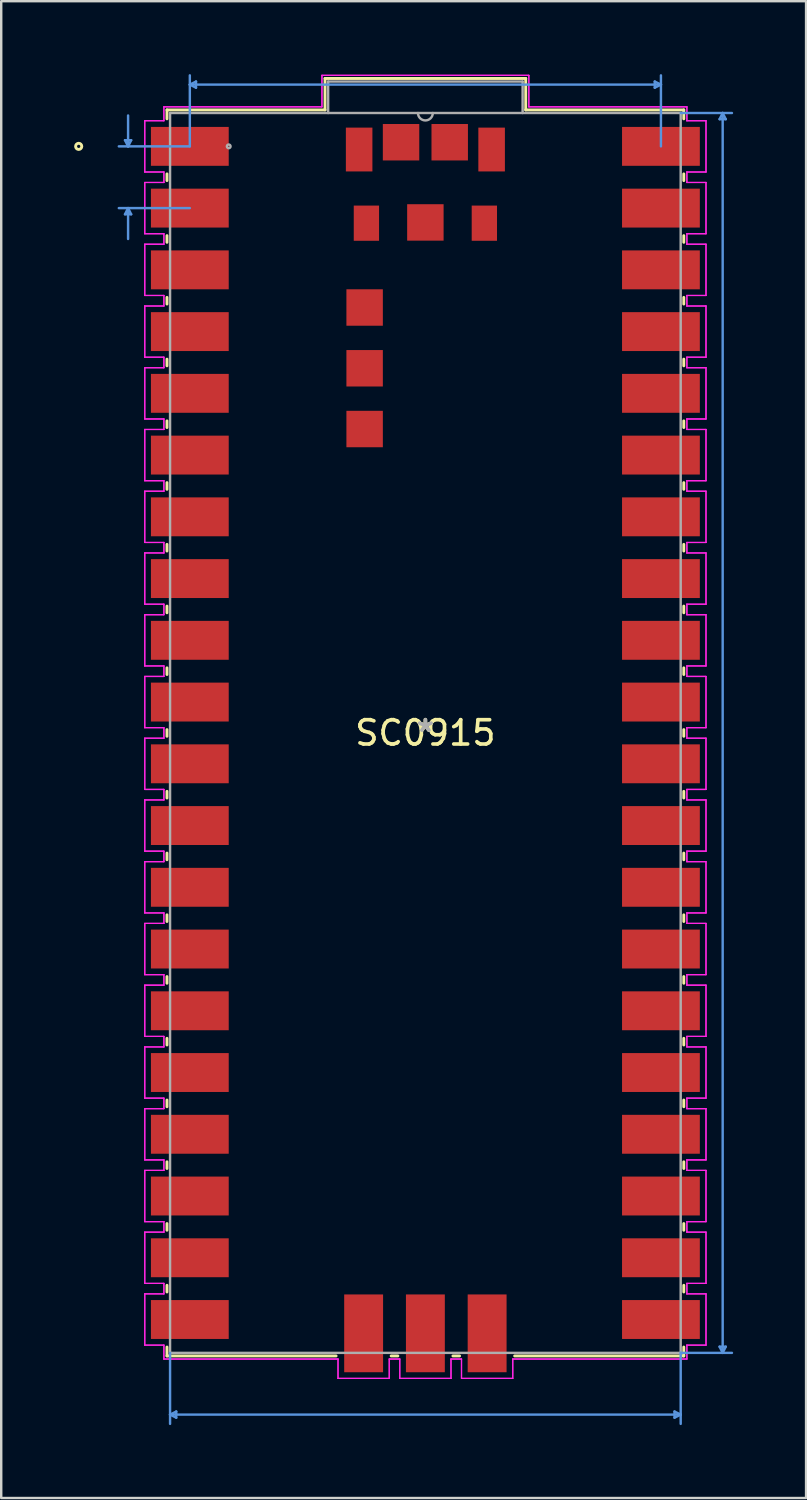
<source format=kicad_pcb>
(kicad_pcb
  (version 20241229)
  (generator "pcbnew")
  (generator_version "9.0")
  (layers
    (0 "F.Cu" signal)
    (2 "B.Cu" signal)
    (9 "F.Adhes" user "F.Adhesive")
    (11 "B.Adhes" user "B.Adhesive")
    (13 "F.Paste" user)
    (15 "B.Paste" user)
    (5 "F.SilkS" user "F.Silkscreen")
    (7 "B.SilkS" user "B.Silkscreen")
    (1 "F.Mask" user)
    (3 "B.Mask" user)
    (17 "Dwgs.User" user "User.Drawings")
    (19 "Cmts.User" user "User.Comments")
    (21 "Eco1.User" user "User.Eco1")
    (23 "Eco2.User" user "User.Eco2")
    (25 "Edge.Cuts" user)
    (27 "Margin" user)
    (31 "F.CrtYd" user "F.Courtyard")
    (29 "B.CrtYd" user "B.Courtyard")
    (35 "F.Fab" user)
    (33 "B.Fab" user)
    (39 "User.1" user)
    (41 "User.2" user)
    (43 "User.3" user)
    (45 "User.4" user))
  (footprint "SC0915"
    (layer "F.Cu")
    (at 14.449 27.101)
    (property "Reference" "SC0915" (at 0 0 0) (layer "F.SilkS") (effects (font (size 1 1) (thickness 0.15))))
    (attr through_hole)
    (fp_line (start -10.63 -25.629) (end -4.128 -25.629) (stroke (width 0.12) (type solid)) (layer "F.SilkS"))
    (fp_line (start -10.63 -25.263) (end -10.63 -25.629) (stroke (width 0.12) (type solid)) (layer "F.SilkS"))
    (fp_line (start -10.63 -22.723) (end -10.63 -22.997) (stroke (width 0.12) (type solid)) (layer "F.SilkS"))
    (fp_line (start -10.63 -20.183) (end -10.63 -20.457) (stroke (width 0.12) (type solid)) (layer "F.SilkS"))
    (fp_line (start -10.63 -17.643) (end -10.63 -17.917) (stroke (width 0.12) (type solid)) (layer "F.SilkS"))
    (fp_line (start -10.63 -15.103) (end -10.63 -15.377) (stroke (width 0.12) (type solid)) (layer "F.SilkS"))
    (fp_line (start -10.63 -12.563) (end -10.63 -12.837) (stroke (width 0.12) (type solid)) (layer "F.SilkS"))
    (fp_line (start -10.63 -10.023) (end -10.63 -10.297) (stroke (width 0.12) (type solid)) (layer "F.SilkS"))
    (fp_line (start -10.63 -7.483) (end -10.63 -7.757) (stroke (width 0.12) (type solid)) (layer "F.SilkS"))
    (fp_line (start -10.63 -4.943) (end -10.63 -5.217) (stroke (width 0.12) (type solid)) (layer "F.SilkS"))
    (fp_line (start -10.63 -2.403) (end -10.63 -2.677) (stroke (width 0.12) (type solid)) (layer "F.SilkS"))
    (fp_line (start -10.63 0.137) (end -10.63 -0.137) (stroke (width 0.12) (type solid)) (layer "F.SilkS"))
    (fp_line (start -10.63 2.677) (end -10.63 2.403) (stroke (width 0.12) (type solid)) (layer "F.SilkS"))
    (fp_line (start -10.63 5.217) (end -10.63 4.943) (stroke (width 0.12) (type solid)) (layer "F.SilkS"))
    (fp_line (start -10.63 7.757) (end -10.63 7.483) (stroke (width 0.12) (type solid)) (layer "F.SilkS"))
    (fp_line (start -10.63 10.297) (end -10.63 10.023) (stroke (width 0.12) (type solid)) (layer "F.SilkS"))
    (fp_line (start -10.63 12.837) (end -10.63 12.563) (stroke (width 0.12) (type solid)) (layer "F.SilkS"))
    (fp_line (start -10.63 15.377) (end -10.63 15.103) (stroke (width 0.12) (type solid)) (layer "F.SilkS"))
    (fp_line (start -10.63 17.917) (end -10.63 17.643) (stroke (width 0.12) (type solid)) (layer "F.SilkS"))
    (fp_line (start -10.63 20.457) (end -10.63 20.183) (stroke (width 0.12) (type solid)) (layer "F.SilkS"))
    (fp_line (start -10.63 22.997) (end -10.63 22.723) (stroke (width 0.12) (type solid)) (layer "F.SilkS"))
    (fp_line (start -10.63 25.629) (end -10.63 25.263) (stroke (width 0.12) (type solid)) (layer "F.SilkS"))
    (fp_line (start -4.128 -26.924) (end 4.128 -26.924) (stroke (width 0.12) (type solid)) (layer "F.SilkS"))
    (fp_line (start -4.128 -25.629) (end -4.128 -26.924) (stroke (width 0.12) (type solid)) (layer "F.SilkS"))
    (fp_line (start -3.673 25.629) (end -10.63 25.629) (stroke (width 0.12) (type solid)) (layer "F.SilkS"))
    (fp_line (start -1.133 25.629) (end -1.407 25.629) (stroke (width 0.12) (type solid)) (layer "F.SilkS"))
    (fp_line (start 1.407 25.629) (end 1.133 25.629) (stroke (width 0.12) (type solid)) (layer "F.SilkS"))
    (fp_line (start 4.128 -26.924) (end 4.128 -25.629) (stroke (width 0.12) (type solid)) (layer "F.SilkS"))
    (fp_line (start 4.128 -25.629) (end 10.63 -25.629) (stroke (width 0.12) (type solid)) (layer "F.SilkS"))
    (fp_line (start 10.63 -25.629) (end 10.63 -25.263) (stroke (width 0.12) (type solid)) (layer "F.SilkS"))
    (fp_line (start 10.63 -22.997) (end 10.63 -22.723) (stroke (width 0.12) (type solid)) (layer "F.SilkS"))
    (fp_line (start 10.63 -20.457) (end 10.63 -20.183) (stroke (width 0.12) (type solid)) (layer "F.SilkS"))
    (fp_line (start 10.63 -17.917) (end 10.63 -17.643) (stroke (width 0.12) (type solid)) (layer "F.SilkS"))
    (fp_line (start 10.63 -15.377) (end 10.63 -15.103) (stroke (width 0.12) (type solid)) (layer "F.SilkS"))
    (fp_line (start 10.63 -12.837) (end 10.63 -12.563) (stroke (width 0.12) (type solid)) (layer "F.SilkS"))
    (fp_line (start 10.63 -10.297) (end 10.63 -10.023) (stroke (width 0.12) (type solid)) (layer "F.SilkS"))
    (fp_line (start 10.63 -7.757) (end 10.63 -7.483) (stroke (width 0.12) (type solid)) (layer "F.SilkS"))
    (fp_line (start 10.63 -5.217) (end 10.63 -4.943) (stroke (width 0.12) (type solid)) (layer "F.SilkS"))
    (fp_line (start 10.63 -2.677) (end 10.63 -2.403) (stroke (width 0.12) (type solid)) (layer "F.SilkS"))
    (fp_line (start 10.63 -0.137) (end 10.63 0.137) (stroke (width 0.12) (type solid)) (layer "F.SilkS"))
    (fp_line (start 10.63 2.403) (end 10.63 2.677) (stroke (width 0.12) (type solid)) (layer "F.SilkS"))
    (fp_line (start 10.63 4.943) (end 10.63 5.217) (stroke (width 0.12) (type solid)) (layer "F.SilkS"))
    (fp_line (start 10.63 7.483) (end 10.63 7.757) (stroke (width 0.12) (type solid)) (layer "F.SilkS"))
    (fp_line (start 10.63 10.023) (end 10.63 10.297) (stroke (width 0.12) (type solid)) (layer "F.SilkS"))
    (fp_line (start 10.63 12.563) (end 10.63 12.837) (stroke (width 0.12) (type solid)) (layer "F.SilkS"))
    (fp_line (start 10.63 15.103) (end 10.63 15.377) (stroke (width 0.12) (type solid)) (layer "F.SilkS"))
    (fp_line (start 10.63 17.643) (end 10.63 17.917) (stroke (width 0.12) (type solid)) (layer "F.SilkS"))
    (fp_line (start 10.63 20.183) (end 10.63 20.457) (stroke (width 0.12) (type solid)) (layer "F.SilkS"))
    (fp_line (start 10.63 22.723) (end 10.63 22.997) (stroke (width 0.12) (type solid)) (layer "F.SilkS"))
    (fp_line (start 10.63 25.263) (end 10.63 25.629) (stroke (width 0.12) (type solid)) (layer "F.SilkS"))
    (fp_line (start 10.63 25.629) (end 3.673 25.629) (stroke (width 0.12) (type solid)) (layer "F.SilkS"))
    (fp_circle (center -14.262 -24.13) (end -14.135 -24.13) (stroke (width 0.12) (type solid)) (fill no) (layer "F.SilkS"))
    (fp_line (start -12.357 -24.384) (end -12.103 -24.384) (stroke (width 0.1) (type solid)) (layer "Cmts.User"))
    (fp_line (start -12.357 -21.336) (end -12.103 -21.336) (stroke (width 0.1) (type solid)) (layer "Cmts.User"))
    (fp_line (start -12.23 -24.13) (end -12.357 -24.384) (stroke (width 0.1) (type solid)) (layer "Cmts.User"))
    (fp_line (start -12.23 -24.13) (end -12.23 -25.4) (stroke (width 0.1) (type solid)) (layer "Cmts.User"))
    (fp_line (start -12.23 -24.13) (end -12.103 -24.384) (stroke (width 0.1) (type solid)) (layer "Cmts.User"))
    (fp_line (start -12.23 -21.59) (end -12.357 -21.336) (stroke (width 0.1) (type solid)) (layer "Cmts.User"))
    (fp_line (start -12.23 -21.59) (end -12.23 -20.32) (stroke (width 0.1) (type solid)) (layer "Cmts.User"))
    (fp_line (start -12.23 -21.59) (end -12.103 -21.336) (stroke (width 0.1) (type solid)) (layer "Cmts.User"))
    (fp_line (start -10.503 25.502) (end -10.503 28.423) (stroke (width 0.1) (type solid)) (layer "Cmts.User"))
    (fp_line (start -10.503 28.042) (end -10.249 27.915) (stroke (width 0.1) (type solid)) (layer "Cmts.User"))
    (fp_line (start -10.503 28.042) (end -10.249 28.169) (stroke (width 0.1) (type solid)) (layer "Cmts.User"))
    (fp_line (start -10.503 28.042) (end 10.503 28.042) (stroke (width 0.1) (type solid)) (layer "Cmts.User"))
    (fp_line (start -10.249 27.915) (end -10.249 28.169) (stroke (width 0.1) (type solid)) (layer "Cmts.User"))
    (fp_line (start -9.69 -26.67) (end -9.436 -26.797) (stroke (width 0.1) (type solid)) (layer "Cmts.User"))
    (fp_line (start -9.69 -26.67) (end -9.436 -26.543) (stroke (width 0.1) (type solid)) (layer "Cmts.User"))
    (fp_line (start -9.69 -26.67) (end 9.69 -26.67) (stroke (width 0.1) (type solid)) (layer "Cmts.User"))
    (fp_line (start -9.69 -24.13) (end -12.611 -24.13) (stroke (width 0.1) (type solid)) (layer "Cmts.User"))
    (fp_line (start -9.69 -24.13) (end -9.69 -27.051) (stroke (width 0.1) (type solid)) (layer "Cmts.User"))
    (fp_line (start -9.69 -21.59) (end -12.611 -21.59) (stroke (width 0.1) (type solid)) (layer "Cmts.User"))
    (fp_line (start -9.436 -26.797) (end -9.436 -26.543) (stroke (width 0.1) (type solid)) (layer "Cmts.User"))
    (fp_line (start 9.436 -26.797) (end 9.436 -26.543) (stroke (width 0.1) (type solid)) (layer "Cmts.User"))
    (fp_line (start 9.69 -26.67) (end 9.436 -26.797) (stroke (width 0.1) (type solid)) (layer "Cmts.User"))
    (fp_line (start 9.69 -26.67) (end 9.436 -26.543) (stroke (width 0.1) (type solid)) (layer "Cmts.User"))
    (fp_line (start 9.69 -24.13) (end 9.69 -27.051) (stroke (width 0.1) (type solid)) (layer "Cmts.User"))
    (fp_line (start 10.249 27.915) (end 10.249 28.169) (stroke (width 0.1) (type solid)) (layer "Cmts.User"))
    (fp_line (start 10.503 -25.502) (end 12.611 -25.502) (stroke (width 0.1) (type solid)) (layer "Cmts.User"))
    (fp_line (start 10.503 25.502) (end 10.503 28.423) (stroke (width 0.1) (type solid)) (layer "Cmts.User"))
    (fp_line (start 10.503 25.502) (end 12.611 25.502) (stroke (width 0.1) (type solid)) (layer "Cmts.User"))
    (fp_line (start 10.503 28.042) (end 10.249 27.915) (stroke (width 0.1) (type solid)) (layer "Cmts.User"))
    (fp_line (start 10.503 28.042) (end 10.249 28.169) (stroke (width 0.1) (type solid)) (layer "Cmts.User"))
    (fp_line (start 12.103 -25.248) (end 12.357 -25.248) (stroke (width 0.1) (type solid)) (layer "Cmts.User"))
    (fp_line (start 12.103 25.248) (end 12.357 25.248) (stroke (width 0.1) (type solid)) (layer "Cmts.User"))
    (fp_line (start 12.23 -25.502) (end 12.103 -25.248) (stroke (width 0.1) (type solid)) (layer "Cmts.User"))
    (fp_line (start 12.23 -25.502) (end 12.23 25.502) (stroke (width 0.1) (type solid)) (layer "Cmts.User"))
    (fp_line (start 12.23 -25.502) (end 12.357 -25.248) (stroke (width 0.1) (type solid)) (layer "Cmts.User"))
    (fp_line (start 12.23 25.502) (end 12.103 25.248) (stroke (width 0.1) (type solid)) (layer "Cmts.User"))
    (fp_line (start 12.23 25.502) (end 12.357 25.248) (stroke (width 0.1) (type solid)) (layer "Cmts.User"))
    (fp_line (start -11.544 -25.184) (end -11.544 -23.076) (stroke (width 0.05) (type solid)) (layer "F.CrtYd"))
    (fp_line (start -11.544 -25.184) (end -11.544 -23.076) (stroke (width 0.05) (type solid)) (layer "F.CrtYd"))
    (fp_line (start -11.544 -23.076) (end -10.757 -23.076) (stroke (width 0.05) (type solid)) (layer "F.CrtYd"))
    (fp_line (start -11.544 -23.076) (end -10.757 -23.076) (stroke (width 0.05) (type solid)) (layer "F.CrtYd"))
    (fp_line (start -11.544 -22.644) (end -11.544 -20.536) (stroke (width 0.05) (type solid)) (layer "F.CrtYd"))
    (fp_line (start -11.544 -22.644) (end -11.544 -20.536) (stroke (width 0.05) (type solid)) (layer "F.CrtYd"))
    (fp_line (start -11.544 -20.536) (end -10.757 -20.536) (stroke (width 0.05) (type solid)) (layer "F.CrtYd"))
    (fp_line (start -11.544 -20.536) (end -10.757 -20.536) (stroke (width 0.05) (type solid)) (layer "F.CrtYd"))
    (fp_line (start -11.544 -20.104) (end -11.544 -17.996) (stroke (width 0.05) (type solid)) (layer "F.CrtYd"))
    (fp_line (start -11.544 -20.104) (end -11.544 -17.996) (stroke (width 0.05) (type solid)) (layer "F.CrtYd"))
    (fp_line (start -11.544 -17.996) (end -10.757 -17.996) (stroke (width 0.05) (type solid)) (layer "F.CrtYd"))
    (fp_line (start -11.544 -17.996) (end -10.757 -17.996) (stroke (width 0.05) (type solid)) (layer "F.CrtYd"))
    (fp_line (start -11.544 -17.564) (end -11.544 -15.456) (stroke (width 0.05) (type solid)) (layer "F.CrtYd"))
    (fp_line (start -11.544 -17.564) (end -11.544 -15.456) (stroke (width 0.05) (type solid)) (layer "F.CrtYd"))
    (fp_line (start -11.544 -15.456) (end -10.757 -15.456) (stroke (width 0.05) (type solid)) (layer "F.CrtYd"))
    (fp_line (start -11.544 -15.456) (end -10.757 -15.456) (stroke (width 0.05) (type solid)) (layer "F.CrtYd"))
    (fp_line (start -11.544 -15.024) (end -11.544 -12.916) (stroke (width 0.05) (type solid)) (layer "F.CrtYd"))
    (fp_line (start -11.544 -15.024) (end -11.544 -12.916) (stroke (width 0.05) (type solid)) (layer "F.CrtYd"))
    (fp_line (start -11.544 -12.916) (end -10.757 -12.916) (stroke (width 0.05) (type solid)) (layer "F.CrtYd"))
    (fp_line (start -11.544 -12.916) (end -10.757 -12.916) (stroke (width 0.05) (type solid)) (layer "F.CrtYd"))
    (fp_line (start -11.544 -12.484) (end -11.544 -10.376) (stroke (width 0.05) (type solid)) (layer "F.CrtYd"))
    (fp_line (start -11.544 -12.484) (end -11.544 -10.376) (stroke (width 0.05) (type solid)) (layer "F.CrtYd"))
    (fp_line (start -11.544 -10.376) (end -10.757 -10.376) (stroke (width 0.05) (type solid)) (layer "F.CrtYd"))
    (fp_line (start -11.544 -10.376) (end -10.757 -10.376) (stroke (width 0.05) (type solid)) (layer "F.CrtYd"))
    (fp_line (start -11.544 -9.944) (end -11.544 -7.836) (stroke (width 0.05) (type solid)) (layer "F.CrtYd"))
    (fp_line (start -11.544 -9.944) (end -11.544 -7.836) (stroke (width 0.05) (type solid)) (layer "F.CrtYd"))
    (fp_line (start -11.544 -7.836) (end -10.757 -7.836) (stroke (width 0.05) (type solid)) (layer "F.CrtYd"))
    (fp_line (start -11.544 -7.836) (end -10.757 -7.836) (stroke (width 0.05) (type solid)) (layer "F.CrtYd"))
    (fp_line (start -11.544 -7.404) (end -11.544 -5.296) (stroke (width 0.05) (type solid)) (layer "F.CrtYd"))
    (fp_line (start -11.544 -7.404) (end -11.544 -5.296) (stroke (width 0.05) (type solid)) (layer "F.CrtYd"))
    (fp_line (start -11.544 -5.296) (end -10.757 -5.296) (stroke (width 0.05) (type solid)) (layer "F.CrtYd"))
    (fp_line (start -11.544 -5.296) (end -10.757 -5.296) (stroke (width 0.05) (type solid)) (layer "F.CrtYd"))
    (fp_line (start -11.544 -4.864) (end -11.544 -2.756) (stroke (width 0.05) (type solid)) (layer "F.CrtYd"))
    (fp_line (start -11.544 -4.864) (end -11.544 -2.756) (stroke (width 0.05) (type solid)) (layer "F.CrtYd"))
    (fp_line (start -11.544 -2.756) (end -10.757 -2.756) (stroke (width 0.05) (type solid)) (layer "F.CrtYd"))
    (fp_line (start -11.544 -2.756) (end -10.757 -2.756) (stroke (width 0.05) (type solid)) (layer "F.CrtYd"))
    (fp_line (start -11.544 -2.324) (end -11.544 -0.216) (stroke (width 0.05) (type solid)) (layer "F.CrtYd"))
    (fp_line (start -11.544 -2.324) (end -11.544 -0.216) (stroke (width 0.05) (type solid)) (layer "F.CrtYd"))
    (fp_line (start -11.544 -0.216) (end -10.757 -0.216) (stroke (width 0.05) (type solid)) (layer "F.CrtYd"))
    (fp_line (start -11.544 -0.216) (end -10.757 -0.216) (stroke (width 0.05) (type solid)) (layer "F.CrtYd"))
    (fp_line (start -11.544 0.216) (end -11.544 2.324) (stroke (width 0.05) (type solid)) (layer "F.CrtYd"))
    (fp_line (start -11.544 0.216) (end -11.544 2.324) (stroke (width 0.05) (type solid)) (layer "F.CrtYd"))
    (fp_line (start -11.544 2.324) (end -10.757 2.324) (stroke (width 0.05) (type solid)) (layer "F.CrtYd"))
    (fp_line (start -11.544 2.324) (end -10.757 2.324) (stroke (width 0.05) (type solid)) (layer "F.CrtYd"))
    (fp_line (start -11.544 2.756) (end -11.544 4.864) (stroke (width 0.05) (type solid)) (layer "F.CrtYd"))
    (fp_line (start -11.544 2.756) (end -11.544 4.864) (stroke (width 0.05) (type solid)) (layer "F.CrtYd"))
    (fp_line (start -11.544 4.864) (end -10.757 4.864) (stroke (width 0.05) (type solid)) (layer "F.CrtYd"))
    (fp_line (start -11.544 4.864) (end -10.757 4.864) (stroke (width 0.05) (type solid)) (layer "F.CrtYd"))
    (fp_line (start -11.544 5.296) (end -11.544 7.404) (stroke (width 0.05) (type solid)) (layer "F.CrtYd"))
    (fp_line (start -11.544 5.296) (end -11.544 7.404) (stroke (width 0.05) (type solid)) (layer "F.CrtYd"))
    (fp_line (start -11.544 7.404) (end -10.757 7.404) (stroke (width 0.05) (type solid)) (layer "F.CrtYd"))
    (fp_line (start -11.544 7.404) (end -10.757 7.404) (stroke (width 0.05) (type solid)) (layer "F.CrtYd"))
    (fp_line (start -11.544 7.836) (end -11.544 9.944) (stroke (width 0.05) (type solid)) (layer "F.CrtYd"))
    (fp_line (start -11.544 7.836) (end -11.544 9.944) (stroke (width 0.05) (type solid)) (layer "F.CrtYd"))
    (fp_line (start -11.544 9.944) (end -10.757 9.944) (stroke (width 0.05) (type solid)) (layer "F.CrtYd"))
    (fp_line (start -11.544 9.944) (end -10.757 9.944) (stroke (width 0.05) (type solid)) (layer "F.CrtYd"))
    (fp_line (start -11.544 10.376) (end -11.544 12.484) (stroke (width 0.05) (type solid)) (layer "F.CrtYd"))
    (fp_line (start -11.544 10.376) (end -11.544 12.484) (stroke (width 0.05) (type solid)) (layer "F.CrtYd"))
    (fp_line (start -11.544 12.484) (end -10.757 12.484) (stroke (width 0.05) (type solid)) (layer "F.CrtYd"))
    (fp_line (start -11.544 12.484) (end -10.757 12.484) (stroke (width 0.05) (type solid)) (layer "F.CrtYd"))
    (fp_line (start -11.544 12.916) (end -11.544 15.024) (stroke (width 0.05) (type solid)) (layer "F.CrtYd"))
    (fp_line (start -11.544 12.916) (end -11.544 15.024) (stroke (width 0.05) (type solid)) (layer "F.CrtYd"))
    (fp_line (start -11.544 15.024) (end -10.757 15.024) (stroke (width 0.05) (type solid)) (layer "F.CrtYd"))
    (fp_line (start -11.544 15.024) (end -10.757 15.024) (stroke (width 0.05) (type solid)) (layer "F.CrtYd"))
    (fp_line (start -11.544 15.456) (end -11.544 17.564) (stroke (width 0.05) (type solid)) (layer "F.CrtYd"))
    (fp_line (start -11.544 15.456) (end -11.544 17.564) (stroke (width 0.05) (type solid)) (layer "F.CrtYd"))
    (fp_line (start -11.544 17.564) (end -10.757 17.564) (stroke (width 0.05) (type solid)) (layer "F.CrtYd"))
    (fp_line (start -11.544 17.564) (end -10.757 17.564) (stroke (width 0.05) (type solid)) (layer "F.CrtYd"))
    (fp_line (start -11.544 17.996) (end -11.544 20.104) (stroke (width 0.05) (type solid)) (layer "F.CrtYd"))
    (fp_line (start -11.544 17.996) (end -11.544 20.104) (stroke (width 0.05) (type solid)) (layer "F.CrtYd"))
    (fp_line (start -11.544 20.104) (end -10.757 20.104) (stroke (width 0.05) (type solid)) (layer "F.CrtYd"))
    (fp_line (start -11.544 20.104) (end -10.757 20.104) (stroke (width 0.05) (type solid)) (layer "F.CrtYd"))
    (fp_line (start -11.544 20.536) (end -11.544 22.644) (stroke (width 0.05) (type solid)) (layer "F.CrtYd"))
    (fp_line (start -11.544 20.536) (end -11.544 22.644) (stroke (width 0.05) (type solid)) (layer "F.CrtYd"))
    (fp_line (start -11.544 22.644) (end -10.757 22.644) (stroke (width 0.05) (type solid)) (layer "F.CrtYd"))
    (fp_line (start -11.544 22.644) (end -10.757 22.644) (stroke (width 0.05) (type solid)) (layer "F.CrtYd"))
    (fp_line (start -11.544 23.076) (end -11.544 25.184) (stroke (width 0.05) (type solid)) (layer "F.CrtYd"))
    (fp_line (start -11.544 23.076) (end -11.544 25.184) (stroke (width 0.05) (type solid)) (layer "F.CrtYd"))
    (fp_line (start -11.544 25.184) (end -10.757 25.184) (stroke (width 0.05) (type solid)) (layer "F.CrtYd"))
    (fp_line (start -11.544 25.184) (end -10.757 25.184) (stroke (width 0.05) (type solid)) (layer "F.CrtYd"))
    (fp_line (start -10.757 -25.756) (end -10.757 -25.184) (stroke (width 0.05) (type solid)) (layer "F.CrtYd"))
    (fp_line (start -10.757 -25.756) (end -10.757 -25.184) (stroke (width 0.05) (type solid)) (layer "F.CrtYd"))
    (fp_line (start -10.757 -25.184) (end -11.544 -25.184) (stroke (width 0.05) (type solid)) (layer "F.CrtYd"))
    (fp_line (start -10.757 -25.184) (end -11.544 -25.184) (stroke (width 0.05) (type solid)) (layer "F.CrtYd"))
    (fp_line (start -10.757 -23.076) (end -10.757 -22.644) (stroke (width 0.05) (type solid)) (layer "F.CrtYd"))
    (fp_line (start -10.757 -23.076) (end -10.757 -22.644) (stroke (width 0.05) (type solid)) (layer "F.CrtYd"))
    (fp_line (start -10.757 -22.644) (end -11.544 -22.644) (stroke (width 0.05) (type solid)) (layer "F.CrtYd"))
    (fp_line (start -10.757 -22.644) (end -11.544 -22.644) (stroke (width 0.05) (type solid)) (layer "F.CrtYd"))
    (fp_line (start -10.757 -20.536) (end -10.757 -20.104) (stroke (width 0.05) (type solid)) (layer "F.CrtYd"))
    (fp_line (start -10.757 -20.536) (end -10.757 -20.104) (stroke (width 0.05) (type solid)) (layer "F.CrtYd"))
    (fp_line (start -10.757 -20.104) (end -11.544 -20.104) (stroke (width 0.05) (type solid)) (layer "F.CrtYd"))
    (fp_line (start -10.757 -20.104) (end -11.544 -20.104) (stroke (width 0.05) (type solid)) (layer "F.CrtYd"))
    (fp_line (start -10.757 -17.996) (end -10.757 -17.564) (stroke (width 0.05) (type solid)) (layer "F.CrtYd"))
    (fp_line (start -10.757 -17.996) (end -10.757 -17.564) (stroke (width 0.05) (type solid)) (layer "F.CrtYd"))
    (fp_line (start -10.757 -17.564) (end -11.544 -17.564) (stroke (width 0.05) (type solid)) (layer "F.CrtYd"))
    (fp_line (start -10.757 -17.564) (end -11.544 -17.564) (stroke (width 0.05) (type solid)) (layer "F.CrtYd"))
    (fp_line (start -10.757 -15.456) (end -10.757 -15.024) (stroke (width 0.05) (type solid)) (layer "F.CrtYd"))
    (fp_line (start -10.757 -15.456) (end -10.757 -15.024) (stroke (width 0.05) (type solid)) (layer "F.CrtYd"))
    (fp_line (start -10.757 -15.024) (end -11.544 -15.024) (stroke (width 0.05) (type solid)) (layer "F.CrtYd"))
    (fp_line (start -10.757 -15.024) (end -11.544 -15.024) (stroke (width 0.05) (type solid)) (layer "F.CrtYd"))
    (fp_line (start -10.757 -12.916) (end -10.757 -12.484) (stroke (width 0.05) (type solid)) (layer "F.CrtYd"))
    (fp_line (start -10.757 -12.916) (end -10.757 -12.484) (stroke (width 0.05) (type solid)) (layer "F.CrtYd"))
    (fp_line (start -10.757 -12.484) (end -11.544 -12.484) (stroke (width 0.05) (type solid)) (layer "F.CrtYd"))
    (fp_line (start -10.757 -12.484) (end -11.544 -12.484) (stroke (width 0.05) (type solid)) (layer "F.CrtYd"))
    (fp_line (start -10.757 -10.376) (end -10.757 -9.944) (stroke (width 0.05) (type solid)) (layer "F.CrtYd"))
    (fp_line (start -10.757 -10.376) (end -10.757 -9.944) (stroke (width 0.05) (type solid)) (layer "F.CrtYd"))
    (fp_line (start -10.757 -9.944) (end -11.544 -9.944) (stroke (width 0.05) (type solid)) (layer "F.CrtYd"))
    (fp_line (start -10.757 -9.944) (end -11.544 -9.944) (stroke (width 0.05) (type solid)) (layer "F.CrtYd"))
    (fp_line (start -10.757 -7.836) (end -10.757 -7.404) (stroke (width 0.05) (type solid)) (layer "F.CrtYd"))
    (fp_line (start -10.757 -7.836) (end -10.757 -7.404) (stroke (width 0.05) (type solid)) (layer "F.CrtYd"))
    (fp_line (start -10.757 -7.404) (end -11.544 -7.404) (stroke (width 0.05) (type solid)) (layer "F.CrtYd"))
    (fp_line (start -10.757 -7.404) (end -11.544 -7.404) (stroke (width 0.05) (type solid)) (layer "F.CrtYd"))
    (fp_line (start -10.757 -5.296) (end -10.757 -4.864) (stroke (width 0.05) (type solid)) (layer "F.CrtYd"))
    (fp_line (start -10.757 -5.296) (end -10.757 -4.864) (stroke (width 0.05) (type solid)) (layer "F.CrtYd"))
    (fp_line (start -10.757 -4.864) (end -11.544 -4.864) (stroke (width 0.05) (type solid)) (layer "F.CrtYd"))
    (fp_line (start -10.757 -4.864) (end -11.544 -4.864) (stroke (width 0.05) (type solid)) (layer "F.CrtYd"))
    (fp_line (start -10.757 -2.756) (end -10.757 -2.324) (stroke (width 0.05) (type solid)) (layer "F.CrtYd"))
    (fp_line (start -10.757 -2.756) (end -10.757 -2.324) (stroke (width 0.05) (type solid)) (layer "F.CrtYd"))
    (fp_line (start -10.757 -2.324) (end -11.544 -2.324) (stroke (width 0.05) (type solid)) (layer "F.CrtYd"))
    (fp_line (start -10.757 -2.324) (end -11.544 -2.324) (stroke (width 0.05) (type solid)) (layer "F.CrtYd"))
    (fp_line (start -10.757 -0.216) (end -10.757 0.216) (stroke (width 0.05) (type solid)) (layer "F.CrtYd"))
    (fp_line (start -10.757 -0.216) (end -10.757 0.216) (stroke (width 0.05) (type solid)) (layer "F.CrtYd"))
    (fp_line (start -10.757 0.216) (end -11.544 0.216) (stroke (width 0.05) (type solid)) (layer "F.CrtYd"))
    (fp_line (start -10.757 0.216) (end -11.544 0.216) (stroke (width 0.05) (type solid)) (layer "F.CrtYd"))
    (fp_line (start -10.757 2.324) (end -10.757 2.756) (stroke (width 0.05) (type solid)) (layer "F.CrtYd"))
    (fp_line (start -10.757 2.324) (end -10.757 2.756) (stroke (width 0.05) (type solid)) (layer "F.CrtYd"))
    (fp_line (start -10.757 2.756) (end -11.544 2.756) (stroke (width 0.05) (type solid)) (layer "F.CrtYd"))
    (fp_line (start -10.757 2.756) (end -11.544 2.756) (stroke (width 0.05) (type solid)) (layer "F.CrtYd"))
    (fp_line (start -10.757 4.864) (end -10.757 5.296) (stroke (width 0.05) (type solid)) (layer "F.CrtYd"))
    (fp_line (start -10.757 4.864) (end -10.757 5.296) (stroke (width 0.05) (type solid)) (layer "F.CrtYd"))
    (fp_line (start -10.757 5.296) (end -11.544 5.296) (stroke (width 0.05) (type solid)) (layer "F.CrtYd"))
    (fp_line (start -10.757 5.296) (end -11.544 5.296) (stroke (width 0.05) (type solid)) (layer "F.CrtYd"))
    (fp_line (start -10.757 7.404) (end -10.757 7.836) (stroke (width 0.05) (type solid)) (layer "F.CrtYd"))
    (fp_line (start -10.757 7.404) (end -10.757 7.836) (stroke (width 0.05) (type solid)) (layer "F.CrtYd"))
    (fp_line (start -10.757 7.836) (end -11.544 7.836) (stroke (width 0.05) (type solid)) (layer "F.CrtYd"))
    (fp_line (start -10.757 7.836) (end -11.544 7.836) (stroke (width 0.05) (type solid)) (layer "F.CrtYd"))
    (fp_line (start -10.757 9.944) (end -10.757 10.376) (stroke (width 0.05) (type solid)) (layer "F.CrtYd"))
    (fp_line (start -10.757 9.944) (end -10.757 10.376) (stroke (width 0.05) (type solid)) (layer "F.CrtYd"))
    (fp_line (start -10.757 10.376) (end -11.544 10.376) (stroke (width 0.05) (type solid)) (layer "F.CrtYd"))
    (fp_line (start -10.757 10.376) (end -11.544 10.376) (stroke (width 0.05) (type solid)) (layer "F.CrtYd"))
    (fp_line (start -10.757 12.484) (end -10.757 12.916) (stroke (width 0.05) (type solid)) (layer "F.CrtYd"))
    (fp_line (start -10.757 12.484) (end -10.757 12.916) (stroke (width 0.05) (type solid)) (layer "F.CrtYd"))
    (fp_line (start -10.757 12.916) (end -11.544 12.916) (stroke (width 0.05) (type solid)) (layer "F.CrtYd"))
    (fp_line (start -10.757 12.916) (end -11.544 12.916) (stroke (width 0.05) (type solid)) (layer "F.CrtYd"))
    (fp_line (start -10.757 15.024) (end -10.757 15.456) (stroke (width 0.05) (type solid)) (layer "F.CrtYd"))
    (fp_line (start -10.757 15.024) (end -10.757 15.456) (stroke (width 0.05) (type solid)) (layer "F.CrtYd"))
    (fp_line (start -10.757 15.456) (end -11.544 15.456) (stroke (width 0.05) (type solid)) (layer "F.CrtYd"))
    (fp_line (start -10.757 15.456) (end -11.544 15.456) (stroke (width 0.05) (type solid)) (layer "F.CrtYd"))
    (fp_line (start -10.757 17.564) (end -10.757 17.996) (stroke (width 0.05) (type solid)) (layer "F.CrtYd"))
    (fp_line (start -10.757 17.564) (end -10.757 17.996) (stroke (width 0.05) (type solid)) (layer "F.CrtYd"))
    (fp_line (start -10.757 17.996) (end -11.544 17.996) (stroke (width 0.05) (type solid)) (layer "F.CrtYd"))
    (fp_line (start -10.757 17.996) (end -11.544 17.996) (stroke (width 0.05) (type solid)) (layer "F.CrtYd"))
    (fp_line (start -10.757 20.104) (end -10.757 20.536) (stroke (width 0.05) (type solid)) (layer "F.CrtYd"))
    (fp_line (start -10.757 20.104) (end -10.757 20.536) (stroke (width 0.05) (type solid)) (layer "F.CrtYd"))
    (fp_line (start -10.757 20.536) (end -11.544 20.536) (stroke (width 0.05) (type solid)) (layer "F.CrtYd"))
    (fp_line (start -10.757 20.536) (end -11.544 20.536) (stroke (width 0.05) (type solid)) (layer "F.CrtYd"))
    (fp_line (start -10.757 22.644) (end -10.757 23.076) (stroke (width 0.05) (type solid)) (layer "F.CrtYd"))
    (fp_line (start -10.757 22.644) (end -10.757 23.076) (stroke (width 0.05) (type solid)) (layer "F.CrtYd"))
    (fp_line (start -10.757 23.076) (end -11.544 23.076) (stroke (width 0.05) (type solid)) (layer "F.CrtYd"))
    (fp_line (start -10.757 23.076) (end -11.544 23.076) (stroke (width 0.05) (type solid)) (layer "F.CrtYd"))
    (fp_line (start -10.757 25.184) (end -10.757 25.756) (stroke (width 0.05) (type solid)) (layer "F.CrtYd"))
    (fp_line (start -10.757 25.184) (end -10.757 25.756) (stroke (width 0.05) (type solid)) (layer "F.CrtYd"))
    (fp_line (start -10.757 25.756) (end -3.594 25.756) (stroke (width 0.05) (type solid)) (layer "F.CrtYd"))
    (fp_line (start -10.757 25.756) (end -3.594 25.756) (stroke (width 0.05) (type solid)) (layer "F.CrtYd"))
    (fp_line (start -4.255 -27.051) (end -4.255 -25.756) (stroke (width 0.05) (type solid)) (layer "F.CrtYd"))
    (fp_line (start -4.255 -27.051) (end -4.255 -25.756) (stroke (width 0.05) (type solid)) (layer "F.CrtYd"))
    (fp_line (start -4.255 -25.756) (end -10.757 -25.756) (stroke (width 0.05) (type solid)) (layer "F.CrtYd"))
    (fp_line (start -4.255 -25.756) (end -10.757 -25.756) (stroke (width 0.05) (type solid)) (layer "F.CrtYd"))
    (fp_line (start -3.594 25.756) (end -3.594 26.553) (stroke (width 0.05) (type solid)) (layer "F.CrtYd"))
    (fp_line (start -3.594 25.756) (end -3.594 26.553) (stroke (width 0.05) (type solid)) (layer "F.CrtYd"))
    (fp_line (start -3.594 26.553) (end -1.486 26.553) (stroke (width 0.05) (type solid)) (layer "F.CrtYd"))
    (fp_line (start -3.594 26.553) (end -1.486 26.553) (stroke (width 0.05) (type solid)) (layer "F.CrtYd"))
    (fp_line (start -1.486 25.756) (end -1.054 25.756) (stroke (width 0.05) (type solid)) (layer "F.CrtYd"))
    (fp_line (start -1.486 25.756) (end -1.054 25.756) (stroke (width 0.05) (type solid)) (layer "F.CrtYd"))
    (fp_line (start -1.486 26.553) (end -1.486 25.756) (stroke (width 0.05) (type solid)) (layer "F.CrtYd"))
    (fp_line (start -1.486 26.553) (end -1.486 25.756) (stroke (width 0.05) (type solid)) (layer "F.CrtYd"))
    (fp_line (start -1.054 25.756) (end -1.054 26.553) (stroke (width 0.05) (type solid)) (layer "F.CrtYd"))
    (fp_line (start -1.054 25.756) (end -1.054 26.553) (stroke (width 0.05) (type solid)) (layer "F.CrtYd"))
    (fp_line (start -1.054 26.553) (end 1.054 26.553) (stroke (width 0.05) (type solid)) (layer "F.CrtYd"))
    (fp_line (start -1.054 26.553) (end 1.054 26.553) (stroke (width 0.05) (type solid)) (layer "F.CrtYd"))
    (fp_line (start 1.054 25.756) (end 1.486 25.756) (stroke (width 0.05) (type solid)) (layer "F.CrtYd"))
    (fp_line (start 1.054 25.756) (end 1.486 25.756) (stroke (width 0.05) (type solid)) (layer "F.CrtYd"))
    (fp_line (start 1.054 26.553) (end 1.054 25.756) (stroke (width 0.05) (type solid)) (layer "F.CrtYd"))
    (fp_line (start 1.054 26.553) (end 1.054 25.756) (stroke (width 0.05) (type solid)) (layer "F.CrtYd"))
    (fp_line (start 1.486 25.756) (end 1.486 26.553) (stroke (width 0.05) (type solid)) (layer "F.CrtYd"))
    (fp_line (start 1.486 25.756) (end 1.486 26.553) (stroke (width 0.05) (type solid)) (layer "F.CrtYd"))
    (fp_line (start 1.486 26.553) (end 3.594 26.553) (stroke (width 0.05) (type solid)) (layer "F.CrtYd"))
    (fp_line (start 1.486 26.553) (end 3.594 26.553) (stroke (width 0.05) (type solid)) (layer "F.CrtYd"))
    (fp_line (start 3.594 25.756) (end 10.757 25.756) (stroke (width 0.05) (type solid)) (layer "F.CrtYd"))
    (fp_line (start 3.594 25.756) (end 10.757 25.756) (stroke (width 0.05) (type solid)) (layer "F.CrtYd"))
    (fp_line (start 3.594 26.553) (end 3.594 25.756) (stroke (width 0.05) (type solid)) (layer "F.CrtYd"))
    (fp_line (start 3.594 26.553) (end 3.594 25.756) (stroke (width 0.05) (type solid)) (layer "F.CrtYd"))
    (fp_line (start 4.255 -27.051) (end -4.255 -27.051) (stroke (width 0.05) (type solid)) (layer "F.CrtYd"))
    (fp_line (start 4.255 -27.051) (end -4.255 -27.051) (stroke (width 0.05) (type solid)) (layer "F.CrtYd"))
    (fp_line (start 4.255 -25.756) (end 4.255 -27.051) (stroke (width 0.05) (type solid)) (layer "F.CrtYd"))
    (fp_line (start 4.255 -25.756) (end 4.255 -27.051) (stroke (width 0.05) (type solid)) (layer "F.CrtYd"))
    (fp_line (start 10.757 -25.756) (end 4.255 -25.756) (stroke (width 0.05) (type solid)) (layer "F.CrtYd"))
    (fp_line (start 10.757 -25.756) (end 4.255 -25.756) (stroke (width 0.05) (type solid)) (layer "F.CrtYd"))
    (fp_line (start 10.757 -25.184) (end 10.757 -25.756) (stroke (width 0.05) (type solid)) (layer "F.CrtYd"))
    (fp_line (start 10.757 -25.184) (end 10.757 -25.756) (stroke (width 0.05) (type solid)) (layer "F.CrtYd"))
    (fp_line (start 10.757 -23.076) (end 11.544 -23.076) (stroke (width 0.05) (type solid)) (layer "F.CrtYd"))
    (fp_line (start 10.757 -23.076) (end 11.544 -23.076) (stroke (width 0.05) (type solid)) (layer "F.CrtYd"))
    (fp_line (start 10.757 -22.644) (end 10.757 -23.076) (stroke (width 0.05) (type solid)) (layer "F.CrtYd"))
    (fp_line (start 10.757 -22.644) (end 10.757 -23.076) (stroke (width 0.05) (type solid)) (layer "F.CrtYd"))
    (fp_line (start 10.757 -20.536) (end 11.544 -20.536) (stroke (width 0.05) (type solid)) (layer "F.CrtYd"))
    (fp_line (start 10.757 -20.536) (end 11.544 -20.536) (stroke (width 0.05) (type solid)) (layer "F.CrtYd"))
    (fp_line (start 10.757 -20.104) (end 10.757 -20.536) (stroke (width 0.05) (type solid)) (layer "F.CrtYd"))
    (fp_line (start 10.757 -20.104) (end 10.757 -20.536) (stroke (width 0.05) (type solid)) (layer "F.CrtYd"))
    (fp_line (start 10.757 -17.996) (end 11.544 -17.996) (stroke (width 0.05) (type solid)) (layer "F.CrtYd"))
    (fp_line (start 10.757 -17.996) (end 11.544 -17.996) (stroke (width 0.05) (type solid)) (layer "F.CrtYd"))
    (fp_line (start 10.757 -17.564) (end 10.757 -17.996) (stroke (width 0.05) (type solid)) (layer "F.CrtYd"))
    (fp_line (start 10.757 -17.564) (end 10.757 -17.996) (stroke (width 0.05) (type solid)) (layer "F.CrtYd"))
    (fp_line (start 10.757 -15.456) (end 11.544 -15.456) (stroke (width 0.05) (type solid)) (layer "F.CrtYd"))
    (fp_line (start 10.757 -15.456) (end 11.544 -15.456) (stroke (width 0.05) (type solid)) (layer "F.CrtYd"))
    (fp_line (start 10.757 -15.024) (end 10.757 -15.456) (stroke (width 0.05) (type solid)) (layer "F.CrtYd"))
    (fp_line (start 10.757 -15.024) (end 10.757 -15.456) (stroke (width 0.05) (type solid)) (layer "F.CrtYd"))
    (fp_line (start 10.757 -12.916) (end 11.544 -12.916) (stroke (width 0.05) (type solid)) (layer "F.CrtYd"))
    (fp_line (start 10.757 -12.916) (end 11.544 -12.916) (stroke (width 0.05) (type solid)) (layer "F.CrtYd"))
    (fp_line (start 10.757 -12.484) (end 10.757 -12.916) (stroke (width 0.05) (type solid)) (layer "F.CrtYd"))
    (fp_line (start 10.757 -12.484) (end 10.757 -12.916) (stroke (width 0.05) (type solid)) (layer "F.CrtYd"))
    (fp_line (start 10.757 -10.376) (end 11.544 -10.376) (stroke (width 0.05) (type solid)) (layer "F.CrtYd"))
    (fp_line (start 10.757 -10.376) (end 11.544 -10.376) (stroke (width 0.05) (type solid)) (layer "F.CrtYd"))
    (fp_line (start 10.757 -9.944) (end 10.757 -10.376) (stroke (width 0.05) (type solid)) (layer "F.CrtYd"))
    (fp_line (start 10.757 -9.944) (end 10.757 -10.376) (stroke (width 0.05) (type solid)) (layer "F.CrtYd"))
    (fp_line (start 10.757 -7.836) (end 11.544 -7.836) (stroke (width 0.05) (type solid)) (layer "F.CrtYd"))
    (fp_line (start 10.757 -7.836) (end 11.544 -7.836) (stroke (width 0.05) (type solid)) (layer "F.CrtYd"))
    (fp_line (start 10.757 -7.404) (end 10.757 -7.836) (stroke (width 0.05) (type solid)) (layer "F.CrtYd"))
    (fp_line (start 10.757 -7.404) (end 10.757 -7.836) (stroke (width 0.05) (type solid)) (layer "F.CrtYd"))
    (fp_line (start 10.757 -5.296) (end 11.544 -5.296) (stroke (width 0.05) (type solid)) (layer "F.CrtYd"))
    (fp_line (start 10.757 -5.296) (end 11.544 -5.296) (stroke (width 0.05) (type solid)) (layer "F.CrtYd"))
    (fp_line (start 10.757 -4.864) (end 10.757 -5.296) (stroke (width 0.05) (type solid)) (layer "F.CrtYd"))
    (fp_line (start 10.757 -4.864) (end 10.757 -5.296) (stroke (width 0.05) (type solid)) (layer "F.CrtYd"))
    (fp_line (start 10.757 -2.756) (end 11.544 -2.756) (stroke (width 0.05) (type solid)) (layer "F.CrtYd"))
    (fp_line (start 10.757 -2.756) (end 11.544 -2.756) (stroke (width 0.05) (type solid)) (layer "F.CrtYd"))
    (fp_line (start 10.757 -2.324) (end 10.757 -2.756) (stroke (width 0.05) (type solid)) (layer "F.CrtYd"))
    (fp_line (start 10.757 -2.324) (end 10.757 -2.756) (stroke (width 0.05) (type solid)) (layer "F.CrtYd"))
    (fp_line (start 10.757 -0.216) (end 11.544 -0.216) (stroke (width 0.05) (type solid)) (layer "F.CrtYd"))
    (fp_line (start 10.757 -0.216) (end 11.544 -0.216) (stroke (width 0.05) (type solid)) (layer "F.CrtYd"))
    (fp_line (start 10.757 0.216) (end 10.757 -0.216) (stroke (width 0.05) (type solid)) (layer "F.CrtYd"))
    (fp_line (start 10.757 0.216) (end 10.757 -0.216) (stroke (width 0.05) (type solid)) (layer "F.CrtYd"))
    (fp_line (start 10.757 2.324) (end 11.544 2.324) (stroke (width 0.05) (type solid)) (layer "F.CrtYd"))
    (fp_line (start 10.757 2.324) (end 11.544 2.324) (stroke (width 0.05) (type solid)) (layer "F.CrtYd"))
    (fp_line (start 10.757 2.756) (end 10.757 2.324) (stroke (width 0.05) (type solid)) (layer "F.CrtYd"))
    (fp_line (start 10.757 2.756) (end 10.757 2.324) (stroke (width 0.05) (type solid)) (layer "F.CrtYd"))
    (fp_line (start 10.757 4.864) (end 11.544 4.864) (stroke (width 0.05) (type solid)) (layer "F.CrtYd"))
    (fp_line (start 10.757 4.864) (end 11.544 4.864) (stroke (width 0.05) (type solid)) (layer "F.CrtYd"))
    (fp_line (start 10.757 5.296) (end 10.757 4.864) (stroke (width 0.05) (type solid)) (layer "F.CrtYd"))
    (fp_line (start 10.757 5.296) (end 10.757 4.864) (stroke (width 0.05) (type solid)) (layer "F.CrtYd"))
    (fp_line (start 10.757 7.404) (end 11.544 7.404) (stroke (width 0.05) (type solid)) (layer "F.CrtYd"))
    (fp_line (start 10.757 7.404) (end 11.544 7.404) (stroke (width 0.05) (type solid)) (layer "F.CrtYd"))
    (fp_line (start 10.757 7.836) (end 10.757 7.404) (stroke (width 0.05) (type solid)) (layer "F.CrtYd"))
    (fp_line (start 10.757 7.836) (end 10.757 7.404) (stroke (width 0.05) (type solid)) (layer "F.CrtYd"))
    (fp_line (start 10.757 9.944) (end 11.544 9.944) (stroke (width 0.05) (type solid)) (layer "F.CrtYd"))
    (fp_line (start 10.757 9.944) (end 11.544 9.944) (stroke (width 0.05) (type solid)) (layer "F.CrtYd"))
    (fp_line (start 10.757 10.376) (end 10.757 9.944) (stroke (width 0.05) (type solid)) (layer "F.CrtYd"))
    (fp_line (start 10.757 10.376) (end 10.757 9.944) (stroke (width 0.05) (type solid)) (layer "F.CrtYd"))
    (fp_line (start 10.757 12.484) (end 11.544 12.484) (stroke (width 0.05) (type solid)) (layer "F.CrtYd"))
    (fp_line (start 10.757 12.484) (end 11.544 12.484) (stroke (width 0.05) (type solid)) (layer "F.CrtYd"))
    (fp_line (start 10.757 12.916) (end 10.757 12.484) (stroke (width 0.05) (type solid)) (layer "F.CrtYd"))
    (fp_line (start 10.757 12.916) (end 10.757 12.484) (stroke (width 0.05) (type solid)) (layer "F.CrtYd"))
    (fp_line (start 10.757 15.024) (end 11.544 15.024) (stroke (width 0.05) (type solid)) (layer "F.CrtYd"))
    (fp_line (start 10.757 15.024) (end 11.544 15.024) (stroke (width 0.05) (type solid)) (layer "F.CrtYd"))
    (fp_line (start 10.757 15.456) (end 10.757 15.024) (stroke (width 0.05) (type solid)) (layer "F.CrtYd"))
    (fp_line (start 10.757 15.456) (end 10.757 15.024) (stroke (width 0.05) (type solid)) (layer "F.CrtYd"))
    (fp_line (start 10.757 17.564) (end 11.544 17.564) (stroke (width 0.05) (type solid)) (layer "F.CrtYd"))
    (fp_line (start 10.757 17.564) (end 11.544 17.564) (stroke (width 0.05) (type solid)) (layer "F.CrtYd"))
    (fp_line (start 10.757 17.996) (end 10.757 17.564) (stroke (width 0.05) (type solid)) (layer "F.CrtYd"))
    (fp_line (start 10.757 17.996) (end 10.757 17.564) (stroke (width 0.05) (type solid)) (layer "F.CrtYd"))
    (fp_line (start 10.757 20.104) (end 11.544 20.104) (stroke (width 0.05) (type solid)) (layer "F.CrtYd"))
    (fp_line (start 10.757 20.104) (end 11.544 20.104) (stroke (width 0.05) (type solid)) (layer "F.CrtYd"))
    (fp_line (start 10.757 20.536) (end 10.757 20.104) (stroke (width 0.05) (type solid)) (layer "F.CrtYd"))
    (fp_line (start 10.757 20.536) (end 10.757 20.104) (stroke (width 0.05) (type solid)) (layer "F.CrtYd"))
    (fp_line (start 10.757 22.644) (end 11.544 22.644) (stroke (width 0.05) (type solid)) (layer "F.CrtYd"))
    (fp_line (start 10.757 22.644) (end 11.544 22.644) (stroke (width 0.05) (type solid)) (layer "F.CrtYd"))
    (fp_line (start 10.757 23.076) (end 10.757 22.644) (stroke (width 0.05) (type solid)) (layer "F.CrtYd"))
    (fp_line (start 10.757 23.076) (end 10.757 22.644) (stroke (width 0.05) (type solid)) (layer "F.CrtYd"))
    (fp_line (start 10.757 25.184) (end 11.544 25.184) (stroke (width 0.05) (type solid)) (layer "F.CrtYd"))
    (fp_line (start 10.757 25.184) (end 11.544 25.184) (stroke (width 0.05) (type solid)) (layer "F.CrtYd"))
    (fp_line (start 10.757 25.756) (end 10.757 25.184) (stroke (width 0.05) (type solid)) (layer "F.CrtYd"))
    (fp_line (start 10.757 25.756) (end 10.757 25.184) (stroke (width 0.05) (type solid)) (layer "F.CrtYd"))
    (fp_line (start 11.544 -25.184) (end 10.757 -25.184) (stroke (width 0.05) (type solid)) (layer "F.CrtYd"))
    (fp_line (start 11.544 -25.184) (end 10.757 -25.184) (stroke (width 0.05) (type solid)) (layer "F.CrtYd"))
    (fp_line (start 11.544 -23.076) (end 11.544 -25.184) (stroke (width 0.05) (type solid)) (layer "F.CrtYd"))
    (fp_line (start 11.544 -23.076) (end 11.544 -25.184) (stroke (width 0.05) (type solid)) (layer "F.CrtYd"))
    (fp_line (start 11.544 -22.644) (end 10.757 -22.644) (stroke (width 0.05) (type solid)) (layer "F.CrtYd"))
    (fp_line (start 11.544 -22.644) (end 10.757 -22.644) (stroke (width 0.05) (type solid)) (layer "F.CrtYd"))
    (fp_line (start 11.544 -20.536) (end 11.544 -22.644) (stroke (width 0.05) (type solid)) (layer "F.CrtYd"))
    (fp_line (start 11.544 -20.536) (end 11.544 -22.644) (stroke (width 0.05) (type solid)) (layer "F.CrtYd"))
    (fp_line (start 11.544 -20.104) (end 10.757 -20.104) (stroke (width 0.05) (type solid)) (layer "F.CrtYd"))
    (fp_line (start 11.544 -20.104) (end 10.757 -20.104) (stroke (width 0.05) (type solid)) (layer "F.CrtYd"))
    (fp_line (start 11.544 -17.996) (end 11.544 -20.104) (stroke (width 0.05) (type solid)) (layer "F.CrtYd"))
    (fp_line (start 11.544 -17.996) (end 11.544 -20.104) (stroke (width 0.05) (type solid)) (layer "F.CrtYd"))
    (fp_line (start 11.544 -17.564) (end 10.757 -17.564) (stroke (width 0.05) (type solid)) (layer "F.CrtYd"))
    (fp_line (start 11.544 -17.564) (end 10.757 -17.564) (stroke (width 0.05) (type solid)) (layer "F.CrtYd"))
    (fp_line (start 11.544 -15.456) (end 11.544 -17.564) (stroke (width 0.05) (type solid)) (layer "F.CrtYd"))
    (fp_line (start 11.544 -15.456) (end 11.544 -17.564) (stroke (width 0.05) (type solid)) (layer "F.CrtYd"))
    (fp_line (start 11.544 -15.024) (end 10.757 -15.024) (stroke (width 0.05) (type solid)) (layer "F.CrtYd"))
    (fp_line (start 11.544 -15.024) (end 10.757 -15.024) (stroke (width 0.05) (type solid)) (layer "F.CrtYd"))
    (fp_line (start 11.544 -12.916) (end 11.544 -15.024) (stroke (width 0.05) (type solid)) (layer "F.CrtYd"))
    (fp_line (start 11.544 -12.916) (end 11.544 -15.024) (stroke (width 0.05) (type solid)) (layer "F.CrtYd"))
    (fp_line (start 11.544 -12.484) (end 10.757 -12.484) (stroke (width 0.05) (type solid)) (layer "F.CrtYd"))
    (fp_line (start 11.544 -12.484) (end 10.757 -12.484) (stroke (width 0.05) (type solid)) (layer "F.CrtYd"))
    (fp_line (start 11.544 -10.376) (end 11.544 -12.484) (stroke (width 0.05) (type solid)) (layer "F.CrtYd"))
    (fp_line (start 11.544 -10.376) (end 11.544 -12.484) (stroke (width 0.05) (type solid)) (layer "F.CrtYd"))
    (fp_line (start 11.544 -9.944) (end 10.757 -9.944) (stroke (width 0.05) (type solid)) (layer "F.CrtYd"))
    (fp_line (start 11.544 -9.944) (end 10.757 -9.944) (stroke (width 0.05) (type solid)) (layer "F.CrtYd"))
    (fp_line (start 11.544 -7.836) (end 11.544 -9.944) (stroke (width 0.05) (type solid)) (layer "F.CrtYd"))
    (fp_line (start 11.544 -7.836) (end 11.544 -9.944) (stroke (width 0.05) (type solid)) (layer "F.CrtYd"))
    (fp_line (start 11.544 -7.404) (end 10.757 -7.404) (stroke (width 0.05) (type solid)) (layer "F.CrtYd"))
    (fp_line (start 11.544 -7.404) (end 10.757 -7.404) (stroke (width 0.05) (type solid)) (layer "F.CrtYd"))
    (fp_line (start 11.544 -5.296) (end 11.544 -7.404) (stroke (width 0.05) (type solid)) (layer "F.CrtYd"))
    (fp_line (start 11.544 -5.296) (end 11.544 -7.404) (stroke (width 0.05) (type solid)) (layer "F.CrtYd"))
    (fp_line (start 11.544 -4.864) (end 10.757 -4.864) (stroke (width 0.05) (type solid)) (layer "F.CrtYd"))
    (fp_line (start 11.544 -4.864) (end 10.757 -4.864) (stroke (width 0.05) (type solid)) (layer "F.CrtYd"))
    (fp_line (start 11.544 -2.756) (end 11.544 -4.864) (stroke (width 0.05) (type solid)) (layer "F.CrtYd"))
    (fp_line (start 11.544 -2.756) (end 11.544 -4.864) (stroke (width 0.05) (type solid)) (layer "F.CrtYd"))
    (fp_line (start 11.544 -2.324) (end 10.757 -2.324) (stroke (width 0.05) (type solid)) (layer "F.CrtYd"))
    (fp_line (start 11.544 -2.324) (end 10.757 -2.324) (stroke (width 0.05) (type solid)) (layer "F.CrtYd"))
    (fp_line (start 11.544 -0.216) (end 11.544 -2.324) (stroke (width 0.05) (type solid)) (layer "F.CrtYd"))
    (fp_line (start 11.544 -0.216) (end 11.544 -2.324) (stroke (width 0.05) (type solid)) (layer "F.CrtYd"))
    (fp_line (start 11.544 0.216) (end 10.757 0.216) (stroke (width 0.05) (type solid)) (layer "F.CrtYd"))
    (fp_line (start 11.544 0.216) (end 10.757 0.216) (stroke (width 0.05) (type solid)) (layer "F.CrtYd"))
    (fp_line (start 11.544 2.324) (end 11.544 0.216) (stroke (width 0.05) (type solid)) (layer "F.CrtYd"))
    (fp_line (start 11.544 2.324) (end 11.544 0.216) (stroke (width 0.05) (type solid)) (layer "F.CrtYd"))
    (fp_line (start 11.544 2.756) (end 10.757 2.756) (stroke (width 0.05) (type solid)) (layer "F.CrtYd"))
    (fp_line (start 11.544 2.756) (end 10.757 2.756) (stroke (width 0.05) (type solid)) (layer "F.CrtYd"))
    (fp_line (start 11.544 4.864) (end 11.544 2.756) (stroke (width 0.05) (type solid)) (layer "F.CrtYd"))
    (fp_line (start 11.544 4.864) (end 11.544 2.756) (stroke (width 0.05) (type solid)) (layer "F.CrtYd"))
    (fp_line (start 11.544 5.296) (end 10.757 5.296) (stroke (width 0.05) (type solid)) (layer "F.CrtYd"))
    (fp_line (start 11.544 5.296) (end 10.757 5.296) (stroke (width 0.05) (type solid)) (layer "F.CrtYd"))
    (fp_line (start 11.544 7.404) (end 11.544 5.296) (stroke (width 0.05) (type solid)) (layer "F.CrtYd"))
    (fp_line (start 11.544 7.404) (end 11.544 5.296) (stroke (width 0.05) (type solid)) (layer "F.CrtYd"))
    (fp_line (start 11.544 7.836) (end 10.757 7.836) (stroke (width 0.05) (type solid)) (layer "F.CrtYd"))
    (fp_line (start 11.544 7.836) (end 10.757 7.836) (stroke (width 0.05) (type solid)) (layer "F.CrtYd"))
    (fp_line (start 11.544 9.944) (end 11.544 7.836) (stroke (width 0.05) (type solid)) (layer "F.CrtYd"))
    (fp_line (start 11.544 9.944) (end 11.544 7.836) (stroke (width 0.05) (type solid)) (layer "F.CrtYd"))
    (fp_line (start 11.544 10.376) (end 10.757 10.376) (stroke (width 0.05) (type solid)) (layer "F.CrtYd"))
    (fp_line (start 11.544 10.376) (end 10.757 10.376) (stroke (width 0.05) (type solid)) (layer "F.CrtYd"))
    (fp_line (start 11.544 12.484) (end 11.544 10.376) (stroke (width 0.05) (type solid)) (layer "F.CrtYd"))
    (fp_line (start 11.544 12.484) (end 11.544 10.376) (stroke (width 0.05) (type solid)) (layer "F.CrtYd"))
    (fp_line (start 11.544 12.916) (end 10.757 12.916) (stroke (width 0.05) (type solid)) (layer "F.CrtYd"))
    (fp_line (start 11.544 12.916) (end 10.757 12.916) (stroke (width 0.05) (type solid)) (layer "F.CrtYd"))
    (fp_line (start 11.544 15.024) (end 11.544 12.916) (stroke (width 0.05) (type solid)) (layer "F.CrtYd"))
    (fp_line (start 11.544 15.024) (end 11.544 12.916) (stroke (width 0.05) (type solid)) (layer "F.CrtYd"))
    (fp_line (start 11.544 15.456) (end 10.757 15.456) (stroke (width 0.05) (type solid)) (layer "F.CrtYd"))
    (fp_line (start 11.544 15.456) (end 10.757 15.456) (stroke (width 0.05) (type solid)) (layer "F.CrtYd"))
    (fp_line (start 11.544 17.564) (end 11.544 15.456) (stroke (width 0.05) (type solid)) (layer "F.CrtYd"))
    (fp_line (start 11.544 17.564) (end 11.544 15.456) (stroke (width 0.05) (type solid)) (layer "F.CrtYd"))
    (fp_line (start 11.544 17.996) (end 10.757 17.996) (stroke (width 0.05) (type solid)) (layer "F.CrtYd"))
    (fp_line (start 11.544 17.996) (end 10.757 17.996) (stroke (width 0.05) (type solid)) (layer "F.CrtYd"))
    (fp_line (start 11.544 20.104) (end 11.544 17.996) (stroke (width 0.05) (type solid)) (layer "F.CrtYd"))
    (fp_line (start 11.544 20.104) (end 11.544 17.996) (stroke (width 0.05) (type solid)) (layer "F.CrtYd"))
    (fp_line (start 11.544 20.536) (end 10.757 20.536) (stroke (width 0.05) (type solid)) (layer "F.CrtYd"))
    (fp_line (start 11.544 20.536) (end 10.757 20.536) (stroke (width 0.05) (type solid)) (layer "F.CrtYd"))
    (fp_line (start 11.544 22.644) (end 11.544 20.536) (stroke (width 0.05) (type solid)) (layer "F.CrtYd"))
    (fp_line (start 11.544 22.644) (end 11.544 20.536) (stroke (width 0.05) (type solid)) (layer "F.CrtYd"))
    (fp_line (start 11.544 23.076) (end 10.757 23.076) (stroke (width 0.05) (type solid)) (layer "F.CrtYd"))
    (fp_line (start 11.544 23.076) (end 10.757 23.076) (stroke (width 0.05) (type solid)) (layer "F.CrtYd"))
    (fp_line (start 11.544 25.184) (end 11.544 23.076) (stroke (width 0.05) (type solid)) (layer "F.CrtYd"))
    (fp_line (start 11.544 25.184) (end 11.544 23.076) (stroke (width 0.05) (type solid)) (layer "F.CrtYd"))
    (fp_line (start -10.503 -25.502) (end -10.503 25.502) (stroke (width 0.1) (type solid)) (layer "F.Fab"))
    (fp_line (start -10.503 25.502) (end 10.503 25.502) (stroke (width 0.1) (type solid)) (layer "F.Fab"))
    (fp_line (start -4 -26.797) (end -4 -25.502) (stroke (width 0.1) (type solid)) (layer "F.Fab"))
    (fp_line (start -4 -26.797) (end 4 -26.797) (stroke (width 0.1) (type solid)) (layer "F.Fab"))
    (fp_line (start 4 -26.797) (end 4 -25.502) (stroke (width 0.1) (type solid)) (layer "F.Fab"))
    (fp_line (start 10.503 -25.502) (end -10.503 -25.502) (stroke (width 0.1) (type solid)) (layer "F.Fab"))
    (fp_line (start 10.503 25.502) (end 10.503 -25.502) (stroke (width 0.1) (type solid)) (layer "F.Fab"))
    (fp_arc (start 0.3048 -25.5016) (mid 0 -25.1968) (end -0.3048 -25.5016) (stroke (width 0.1) (type solid)) (layer "F.Fab"))
    (fp_circle (center -8.09 -24.13) (end -8.014 -24.13) (stroke (width 0.1) (type solid)) (fill no) (layer "F.Fab"))
    (fp_text user "*" (at 0 0 0) (layer "F.SilkS") (effects (font (size 1 1) (thickness 0.15))))
    (fp_text user "Copyright 2021 Accelerated Designs. All rights reserved." (at 0 0 0) (layer "Cmts.User") (effects (font (size 0.127 0.127) (thickness 0.002))))
    (fp_text user "*" (at 0 0 0) (layer "F.Fab") (effects (font (size 1 1) (thickness 0.15))))
    (pad "1" smd rect (at -9.69 -24.13) (size 3.2 1.6) (layers "F.Cu" "F.Mask" "F.Paste"))
    (pad "2" smd rect (at -9.69 -21.59) (size 3.2 1.6) (layers "F.Cu" "F.Mask" "F.Paste"))
    (pad "3" smd rect (at -9.69 -19.05) (size 3.2 1.6) (layers "F.Cu" "F.Mask" "F.Paste"))
    (pad "4" smd rect (at -9.69 -16.51) (size 3.2 1.6) (layers "F.Cu" "F.Mask" "F.Paste"))
    (pad "5" smd rect (at -9.69 -13.97) (size 3.2 1.6) (layers "F.Cu" "F.Mask" "F.Paste"))
    (pad "6" smd rect (at -9.69 -11.43) (size 3.2 1.6) (layers "F.Cu" "F.Mask" "F.Paste"))
    (pad "7" smd rect (at -9.69 -8.89) (size 3.2 1.6) (layers "F.Cu" "F.Mask" "F.Paste"))
    (pad "8" smd rect (at -9.69 -6.35) (size 3.2 1.6) (layers "F.Cu" "F.Mask" "F.Paste"))
    (pad "9" smd rect (at -9.69 -3.81) (size 3.2 1.6) (layers "F.Cu" "F.Mask" "F.Paste"))
    (pad "10" smd rect (at -9.69 -1.27) (size 3.2 1.6) (layers "F.Cu" "F.Mask" "F.Paste"))
    (pad "11" smd rect (at -9.69 1.27) (size 3.2 1.6) (layers "F.Cu" "F.Mask" "F.Paste"))
    (pad "12" smd rect (at -9.69 3.81) (size 3.2 1.6) (layers "F.Cu" "F.Mask" "F.Paste"))
    (pad "13" smd rect (at -9.69 6.35) (size 3.2 1.6) (layers "F.Cu" "F.Mask" "F.Paste"))
    (pad "14" smd rect (at -9.69 8.89) (size 3.2 1.6) (layers "F.Cu" "F.Mask" "F.Paste"))
    (pad "15" smd rect (at -9.69 11.43) (size 3.2 1.6) (layers "F.Cu" "F.Mask" "F.Paste"))
    (pad "16" smd rect (at -9.69 13.97) (size 3.2 1.6) (layers "F.Cu" "F.Mask" "F.Paste"))
    (pad "17" smd rect (at -9.69 16.51) (size 3.2 1.6) (layers "F.Cu" "F.Mask" "F.Paste"))
    (pad "18" smd rect (at -9.69 19.05) (size 3.2 1.6) (layers "F.Cu" "F.Mask" "F.Paste"))
    (pad "19" smd rect (at -9.69 21.59) (size 3.2 1.6) (layers "F.Cu" "F.Mask" "F.Paste"))
    (pad "20" smd rect (at -9.69 24.13) (size 3.2 1.6) (layers "F.Cu" "F.Mask" "F.Paste"))
    (pad "21" smd rect (at 9.69 24.13) (size 3.2 1.6) (layers "F.Cu" "F.Mask" "F.Paste"))
    (pad "22" smd rect (at 9.69 21.59) (size 3.2 1.6) (layers "F.Cu" "F.Mask" "F.Paste"))
    (pad "23" smd rect (at 9.69 19.05) (size 3.2 1.6) (layers "F.Cu" "F.Mask" "F.Paste"))
    (pad "24" smd rect (at 9.69 16.51) (size 3.2 1.6) (layers "F.Cu" "F.Mask" "F.Paste"))
    (pad "25" smd rect (at 9.69 13.97) (size 3.2 1.6) (layers "F.Cu" "F.Mask" "F.Paste"))
    (pad "26" smd rect (at 9.69 11.43) (size 3.2 1.6) (layers "F.Cu" "F.Mask" "F.Paste"))
    (pad "27" smd rect (at 9.69 8.89) (size 3.2 1.6) (layers "F.Cu" "F.Mask" "F.Paste"))
    (pad "28" smd rect (at 9.69 6.35) (size 3.2 1.6) (layers "F.Cu" "F.Mask" "F.Paste"))
    (pad "29" smd rect (at 9.69 3.81) (size 3.2 1.6) (layers "F.Cu" "F.Mask" "F.Paste"))
    (pad "30" smd rect (at 9.69 1.27) (size 3.2 1.6) (layers "F.Cu" "F.Mask" "F.Paste"))
    (pad "31" smd rect (at 9.69 -1.27) (size 3.2 1.6) (layers "F.Cu" "F.Mask" "F.Paste"))
    (pad "32" smd rect (at 9.69 -3.81) (size 3.2 1.6) (layers "F.Cu" "F.Mask" "F.Paste"))
    (pad "33" smd rect (at 9.69 -6.35) (size 3.2 1.6) (layers "F.Cu" "F.Mask" "F.Paste"))
    (pad "34" smd rect (at 9.69 -8.89) (size 3.2 1.6) (layers "F.Cu" "F.Mask" "F.Paste"))
    (pad "35" smd rect (at 9.69 -11.43) (size 3.2 1.6) (layers "F.Cu" "F.Mask" "F.Paste"))
    (pad "36" smd rect (at 9.69 -13.97) (size 3.2 1.6) (layers "F.Cu" "F.Mask" "F.Paste"))
    (pad "37" smd rect (at 9.69 -16.51) (size 3.2 1.6) (layers "F.Cu" "F.Mask" "F.Paste"))
    (pad "38" smd rect (at 9.69 -19.05) (size 3.2 1.6) (layers "F.Cu" "F.Mask" "F.Paste"))
    (pad "39" smd rect (at 9.69 -21.59) (size 3.2 1.6) (layers "F.Cu" "F.Mask" "F.Paste"))
    (pad "40" smd rect (at 9.69 -24.13) (size 3.2 1.6) (layers "F.Cu" "F.Mask" "F.Paste"))
    (pad "A" smd rect (at -2.725 -24) (size 1.092 1.803) (layers "F.Cu" "F.Mask" "F.Paste"))
    (pad "B" smd rect (at 2.725 -24) (size 1.092 1.803) (layers "F.Cu" "F.Mask" "F.Paste"))
    (pad "C" smd rect (at -2.426 -20.97) (size 1.041 1.448) (layers "F.Cu" "F.Mask" "F.Paste"))
    (pad "D" smd rect (at 2.426 -20.97) (size 1.041 1.448) (layers "F.Cu" "F.Mask" "F.Paste"))
    (pad "D1" smd rect (at -2.54 24.699 90) (size 3.2 1.6) (layers "F.Cu" "F.Mask" "F.Paste"))
    (pad "D2" smd rect (at 0 24.699 90) (size 3.2 1.6) (layers "F.Cu" "F.Mask" "F.Paste"))
    (pad "D3" smd rect (at 2.54 24.699 90) (size 3.2 1.6) (layers "F.Cu" "F.Mask" "F.Paste"))
    (pad "TP1" smd rect (at 0 -21.001) (size 1.499 1.499) (layers "F.Cu" "F.Mask" "F.Paste"))
    (pad "TP2" smd rect (at 1.001 -24.3) (size 1.499 1.499) (layers "F.Cu" "F.Mask" "F.Paste"))
    (pad "TP3" smd rect (at -1.001 -24.3) (size 1.499 1.499) (layers "F.Cu" "F.Mask" "F.Paste"))
    (pad "TP4" smd rect (at -2.499 -17.501) (size 1.499 1.499) (layers "F.Cu" "F.Mask" "F.Paste"))
    (pad "TP5" smd rect (at -2.499 -15.001) (size 1.499 1.499) (layers "F.Cu" "F.Mask" "F.Paste"))
    (pad "TP6" smd rect (at -2.499 -12.502) (size 1.499 1.499) (layers "F.Cu" "F.Mask" "F.Paste")))
  (gr_rect
    (start -3 -3)
    (end 30.11 58.574)
    (stroke (width 0.1) (type default))
    (fill no)
    (layer "Edge.Cuts")))
</source>
